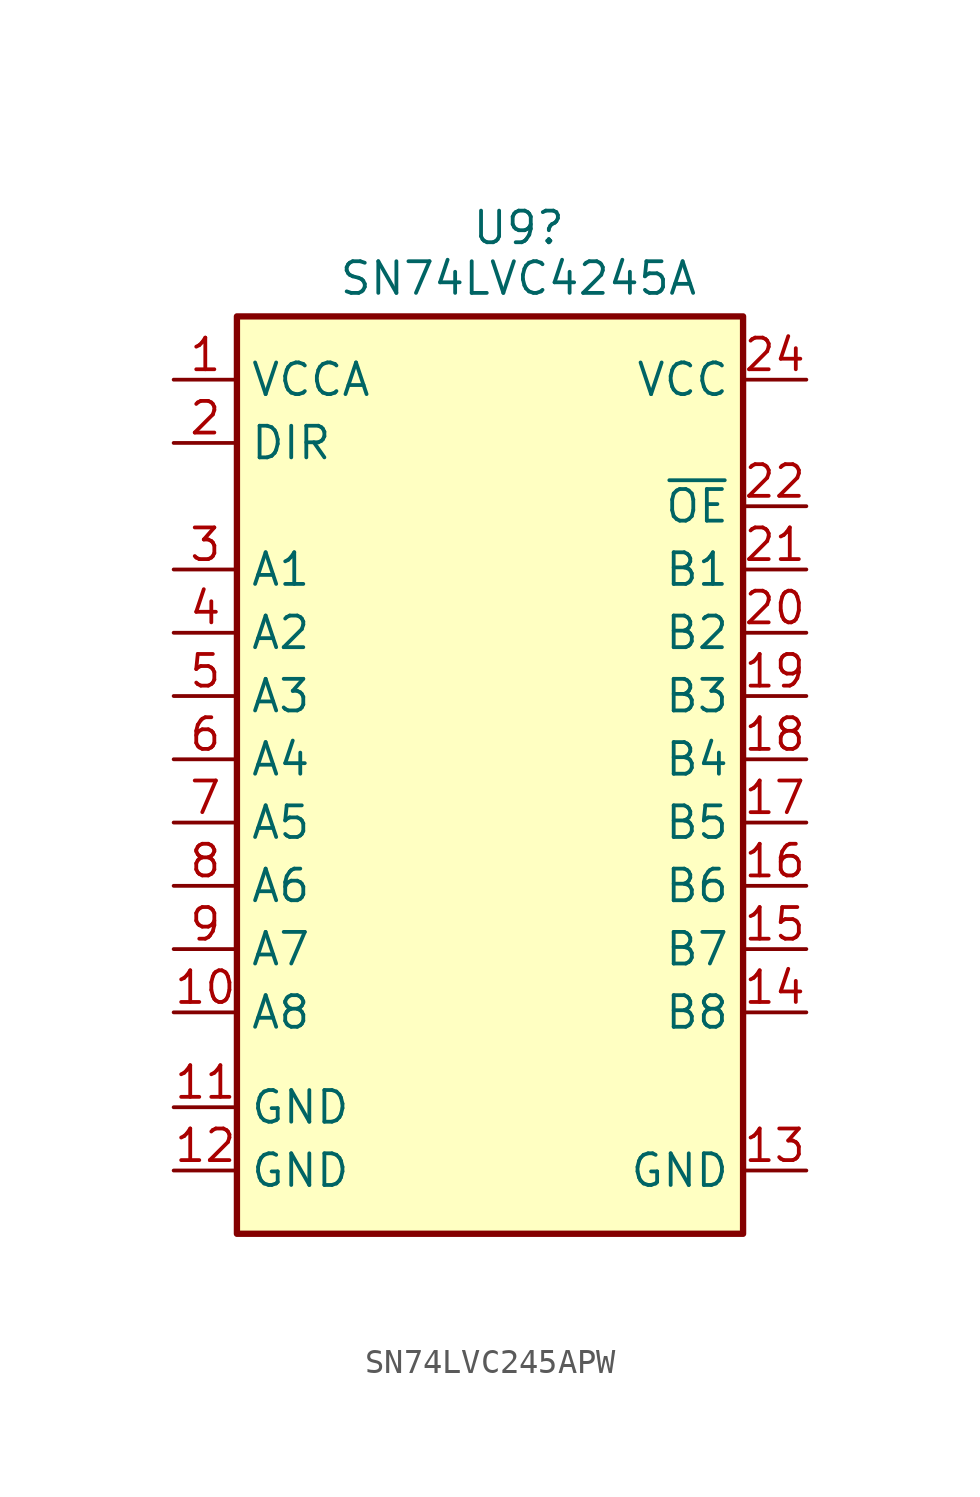
<source format=kicad_sym>
(kicad_symbol_lib
  (version 20241209)
  (generator "kicad_symbol_editor")
  (generator_version "9.0")
  (symbol "SN74LVC245APW"
    (property "Reference" "U9"
      (at -0.762 18.796 0)
      (effects (font (size 1.27 1.27)) (justify left)))
    (property "Value" "SN74LVC4245A"
      (at -6.096 16.764 0)
      (effects (font (size 1.27 1.27)) (justify left)))
    (symbol "SN74LVC245APW_0_1"
      (rectangle (start -10.16 15.24) (end 10.16 -21.59) (stroke (width 0.254) (type default)) (fill (type background))))
    (symbol "SN74LVC245APW_1_1"
      (pin input line (at -12.7 12.7 0) (length 2.54) (name "VCCA" (effects (font (size 1.27 1.27)))) (number "1" (effects (font (size 1.27 1.27)))))
      (pin input line (at -12.7 10.16 0) (length 2.54) (name "DIR" (effects (font (size 1.27 1.27)))) (number "2" (effects (font (size 1.27 1.27)))))
      (pin bidirectional line (at -12.7 5.08 0) (length 2.54) (name "A1" (effects (font (size 1.27 1.27)))) (number "3" (effects (font (size 1.27 1.27)))))
      (pin bidirectional line (at -12.7 2.54 0) (length 2.54) (name "A2" (effects (font (size 1.27 1.27)))) (number "4" (effects (font (size 1.27 1.27)))))
      (pin bidirectional line (at -12.7 0 0) (length 2.54) (name "A3" (effects (font (size 1.27 1.27)))) (number "5" (effects (font (size 1.27 1.27)))))
      (pin bidirectional line (at -12.7 -2.54 0) (length 2.54) (name "A4" (effects (font (size 1.27 1.27)))) (number "6" (effects (font (size 1.27 1.27)))))
      (pin bidirectional line (at -12.7 -5.08 0) (length 2.54) (name "A5" (effects (font (size 1.27 1.27)))) (number "7" (effects (font (size 1.27 1.27)))))
      (pin bidirectional line (at -12.7 -7.62 0) (length 2.54) (name "A6" (effects (font (size 1.27 1.27)))) (number "8" (effects (font (size 1.27 1.27)))))
      (pin bidirectional line (at -12.7 -10.16 0) (length 2.54) (name "A7" (effects (font (size 1.27 1.27)))) (number "9" (effects (font (size 1.27 1.27)))))
      (pin bidirectional line (at -12.7 -12.7 0) (length 2.54) (name "A8" (effects (font (size 1.27 1.27)))) (number "10" (effects (font (size 1.27 1.27)))))
      (pin power_in line (at -12.7 -16.51 0) (length 2.54) (name "GND" (effects (font (size 1.27 1.27)))) (number "11" (effects (font (size 1.27 1.27)))))
      (pin power_in line (at -12.7 -19.05 0) (length 2.54) (name "GND" (effects (font (size 1.27 1.27)))) (number "12" (effects (font (size 1.27 1.27)))))
      (pin power_in line (at 12.7 12.7 180) (length 2.54) (name "VCC" (effects (font (size 1.27 1.27)))) (number "24" (effects (font (size 1.27 1.27)))))
      (pin input line (at 12.7 7.62 180) (length 2.54) (name "~{OE}" (effects (font (size 1.27 1.27)))) (number "22" (effects (font (size 1.27 1.27)))))
      (pin bidirectional line (at 12.7 5.08 180) (length 2.54) (name "B1" (effects (font (size 1.27 1.27)))) (number "21" (effects (font (size 1.27 1.27)))))
      (pin bidirectional line (at 12.7 2.54 180) (length 2.54) (name "B2" (effects (font (size 1.27 1.27)))) (number "20" (effects (font (size 1.27 1.27)))))
      (pin bidirectional line (at 12.7 0 180) (length 2.54) (name "B3" (effects (font (size 1.27 1.27)))) (number "19" (effects (font (size 1.27 1.27)))))
      (pin bidirectional line (at 12.7 -2.54 180) (length 2.54) (name "B4" (effects (font (size 1.27 1.27)))) (number "18" (effects (font (size 1.27 1.27)))))
      (pin bidirectional line (at 12.7 -5.08 180) (length 2.54) (name "B5" (effects (font (size 1.27 1.27)))) (number "17" (effects (font (size 1.27 1.27)))))
      (pin bidirectional line (at 12.7 -7.62 180) (length 2.54) (name "B6" (effects (font (size 1.27 1.27)))) (number "16" (effects (font (size 1.27 1.27)))))
      (pin bidirectional line (at 12.7 -10.16 180) (length 2.54) (name "B7" (effects (font (size 1.27 1.27)))) (number "15" (effects (font (size 1.27 1.27)))))
      (pin bidirectional line (at 12.7 -12.7 180) (length 2.54) (name "B8" (effects (font (size 1.27 1.27)))) (number "14" (effects (font (size 1.27 1.27)))))
      (pin bidirectional line (at 12.7 -19.05 180) (length 2.54) (name "GND" (effects (font (size 1.27 1.27)))) (number "13" (effects (font (size 1.27 1.27))))))))
</source>
